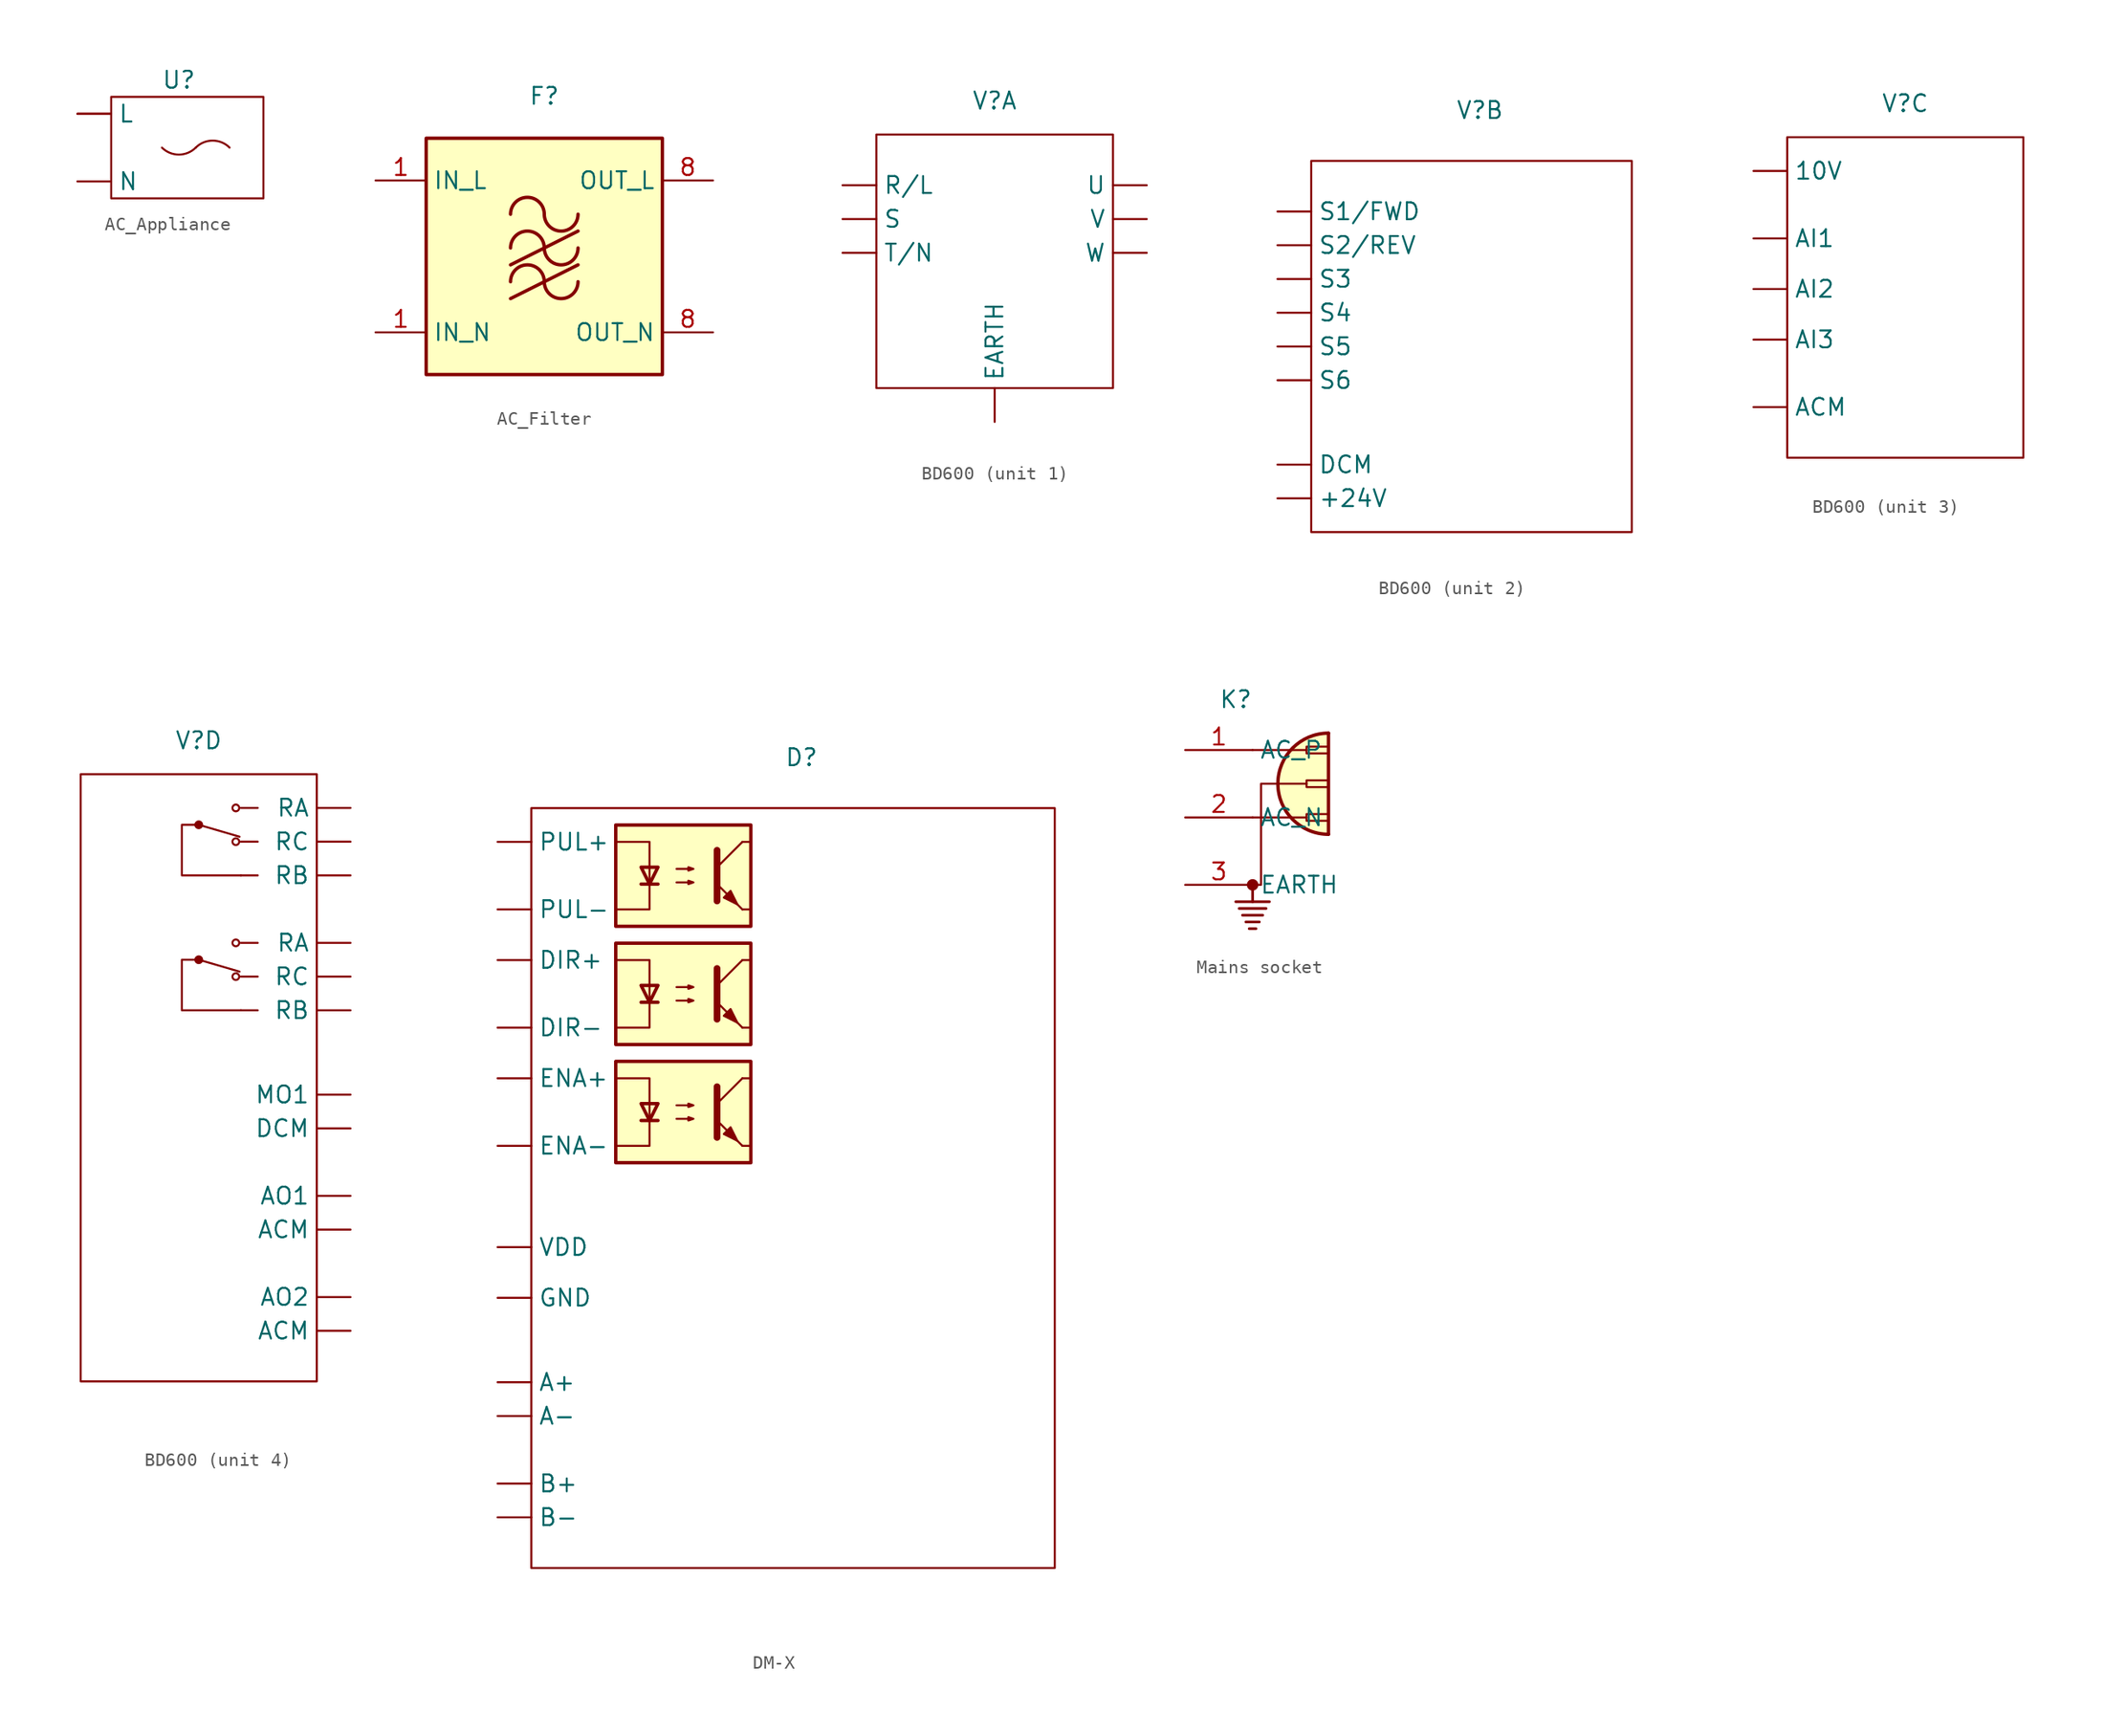
<source format=kicad_sym>
(kicad_symbol_lib
  (version 20231120)
  (generator "kicad_symbol_editor")
  (generator_version "8.0")
  (symbol "AC_Appliance"
    (property "Reference" "U"
      (at 0 0 0)
      (effects (font (size 1.27 1.27))))
    (property "Value" ""
      (at 0 0 0)
      (effects (font (size 1.27 1.27))))
    (symbol "AC_Appliance_0_1"
      (rectangle (start -5.08 -1.27) (end 6.35 -8.89) (stroke (width 0) (type default)) (fill (type none)))
      (arc (start -1.27 -5.08) (mid 0 -5.6061) (end 1.27 -5.08) (stroke (width 0) (type default)) (fill (type none)))
      (arc (start 3.81 -5.08) (mid 2.54 -4.5539) (end 1.27 -5.08) (stroke (width 0) (type default)) (fill (type none))))
    (symbol "AC_Appliance_1_1"
      (pin power_in line (at -7.62 -2.54 0) (length 2.54) (name "" (effects (font (size 1.27 1.27)))) (number "" (effects (font (size 1.27 1.27)))))
      (pin power_in line (at -7.62 -2.54 0) (length 2.54) (name "L" (effects (font (size 1.27 1.27)))) (number "" (effects (font (size 1.27 1.27)))))
      (pin power_in line (at -7.62 -7.62 0) (length 2.54) (name "N" (effects (font (size 1.27 1.27)))) (number "" (effects (font (size 1.27 1.27)))))))
  (symbol "AC_Filter"
    (property "Reference" "F"
      (at 0 0 0)
      (effects (font (size 1.27 1.27))))
    (property "Value" ""
      (at 0 0 0)
      (effects (font (size 1.27 1.27))))
    (symbol "AC_Filter_0_1"
      (rectangle (start -8.89 -3.175) (end 8.89 -20.955) (stroke (width 0.254) (type default)) (fill (type background)))
      (arc (start 0 -13.97) (mid -1.27 -12.7055) (end -2.54 -13.97) (stroke (width 0.254) (type default)) (fill (type none)))
      (arc (start 0 -13.97) (mid 1.27 -15.2345) (end 2.54 -13.97) (stroke (width 0.254) (type default)) (fill (type none)))
      (arc (start 0 -11.43) (mid -1.27 -10.1655) (end -2.54 -11.43) (stroke (width 0.254) (type default)) (fill (type none)))
      (arc (start 0 -11.43) (mid 1.27 -12.6945) (end 2.54 -11.43) (stroke (width 0.254) (type default)) (fill (type none)))
      (arc (start 0 -8.89) (mid -1.27 -7.6255) (end -2.54 -8.89) (stroke (width 0.254) (type default)) (fill (type none)))
      (arc (start 0 -8.89) (mid 1.27 -10.1545) (end 2.54 -8.89) (stroke (width 0.254) (type default)) (fill (type none)))
      (polyline (pts (xy -2.54 -15.24) (xy 2.54 -12.7)) (stroke (width 0.254) (type default)) (fill (type none)))
      (polyline (pts (xy -2.54 -12.7) (xy 2.54 -10.16)) (stroke (width 0.254) (type default)) (fill (type none))))
    (symbol "AC_Filter_1_1"
      (pin power_in line (at -12.7 -6.35 0) (length 3.81) (name "IN_L" (effects (font (size 1.27 1.27)))) (number "1" (effects (font (size 1.27 1.27)))))
      (pin power_in line (at -12.7 -17.78 0) (length 3.81) (name "IN_N" (effects (font (size 1.27 1.27)))) (number "1" (effects (font (size 1.27 1.27)))))
      (pin power_out line (at 12.7 -6.35 180) (length 3.81) (name "OUT_L" (effects (font (size 1.27 1.27)))) (number "8" (effects (font (size 1.27 1.27)))))
      (pin power_out line (at 12.7 -17.78 180) (length 3.81) (name "OUT_N" (effects (font (size 1.27 1.27)))) (number "8" (effects (font (size 1.27 1.27)))))))
  (symbol "BD600"
    (property "Reference" "V"
      (at 0 0 0)
      (effects (font (size 1.27 1.27))))
    (property "Value" ""
      (at 0 0 0)
      (effects (font (size 1.27 1.27))))
    (property "ki_locked" ""
      (at 0 0 0)
      (effects (font (size 1.27 1.27))))
    (symbol "BD600_1_1"
      (unit_name "Supply")
      (rectangle (start -8.89 -2.54) (end 8.89 -21.59) (stroke (width 0) (type default)) (fill (type none)))
      (pin unspecified line (at 0 -24.13 90) (length 2.54) (name "EARTH" (effects (font (size 1.27 1.27)))) (number "" (effects (font (size 1.27 1.27)))))
      (pin power_in line (at -11.43 -6.35 0) (length 2.54) (name "R/L" (effects (font (size 1.27 1.27)))) (number "" (effects (font (size 1.27 1.27)))))
      (pin power_in line (at -11.43 -8.89 0) (length 2.54) (name "S" (effects (font (size 1.27 1.27)))) (number "" (effects (font (size 1.27 1.27)))))
      (pin power_in line (at -11.43 -11.43 0) (length 2.54) (name "T/N" (effects (font (size 1.27 1.27)))) (number "" (effects (font (size 1.27 1.27)))))
      (pin power_out line (at 11.43 -6.35 180) (length 2.54) (name "U" (effects (font (size 1.27 1.27)))) (number "" (effects (font (size 1.27 1.27)))))
      (pin power_out line (at 11.43 -8.89 180) (length 2.54) (name "V" (effects (font (size 1.27 1.27)))) (number "" (effects (font (size 1.27 1.27)))))
      (pin power_out line (at 11.43 -11.43 180) (length 2.54) (name "W" (effects (font (size 1.27 1.27)))) (number "" (effects (font (size 1.27 1.27))))))
    (symbol "BD600_2_1"
      (unit_name "Control")
      (rectangle (start -12.7 -3.81) (end 11.43 -31.75) (stroke (width 0) (type default)) (fill (type none)))
      (pin power_out line (at -15.24 -29.21 0) (length 2.54) (name "+24V" (effects (font (size 1.27 1.27)))) (number "" (effects (font (size 1.27 1.27)))))
      (pin passive line (at -15.24 -26.67 0) (length 2.54) (name "DCM" (effects (font (size 1.27 1.27)))) (number "" (effects (font (size 1.27 1.27)))))
      (pin input line (at -15.24 -7.62 0) (length 2.54) (name "S1/FWD" (effects (font (size 1.27 1.27)))) (number "" (effects (font (size 1.27 1.27)))))
      (pin input line (at -15.24 -10.16 0) (length 2.54) (name "S2/REV" (effects (font (size 1.27 1.27)))) (number "" (effects (font (size 1.27 1.27)))))
      (pin input line (at -15.24 -12.7 0) (length 2.54) (name "S3" (effects (font (size 1.27 1.27)))) (number "" (effects (font (size 1.27 1.27)))))
      (pin input line (at -15.24 -15.24 0) (length 2.54) (name "S4" (effects (font (size 1.27 1.27)))) (number "" (effects (font (size 1.27 1.27)))))
      (pin input line (at -15.24 -17.78 0) (length 2.54) (name "S5" (effects (font (size 1.27 1.27)))) (number "" (effects (font (size 1.27 1.27)))))
      (pin input line (at -15.24 -20.32 0) (length 2.54) (name "S6" (effects (font (size 1.27 1.27)))) (number "" (effects (font (size 1.27 1.27))))))
    (symbol "BD600_3_1"
      (unit_name "Analog Inputs")
      (rectangle (start -8.89 -2.54) (end 8.89 -26.67) (stroke (width 0) (type default)) (fill (type none)))
      (pin power_out line (at -11.43 -5.08 0) (length 2.54) (name "10V" (effects (font (size 1.27 1.27)))) (number "" (effects (font (size 1.27 1.27)))))
      (pin power_out line (at -11.43 -22.86 0) (length 2.54) (name "ACM" (effects (font (size 1.27 1.27)))) (number "" (effects (font (size 1.27 1.27)))))
      (pin input line (at -11.43 -10.16 0) (length 2.54) (name "AI1" (effects (font (size 1.27 1.27)))) (number "" (effects (font (size 1.27 1.27)))))
      (pin input line (at -11.43 -13.97 0) (length 2.54) (name "AI2" (effects (font (size 1.27 1.27)))) (number "" (effects (font (size 1.27 1.27)))))
      (pin input line (at -11.43 -17.78 0) (length 2.54) (name "AI3" (effects (font (size 1.27 1.27)))) (number "" (effects (font (size 1.27 1.27))))))
    (symbol "BD600_4_1"
      (unit_name "Outputs")
      (rectangle (start -8.89 -2.54) (end 8.89 -48.26) (stroke (width 0) (type default)) (fill (type none)))
      (circle (center 0 -16.51) (radius 0.254) (stroke (width 0) (type default)) (fill (type outline)))
      (circle (center 0 -6.35) (radius 0.254) (stroke (width 0) (type default)) (fill (type outline)))
      (polyline (pts (xy 0 -16.51) (xy 3.075 -17.406)) (stroke (width 0) (type default)) (fill (type none)))
      (polyline (pts (xy 0 -6.35) (xy 3.075 -7.246)) (stroke (width 0) (type default)) (fill (type none)))
      (polyline (pts (xy 3.175 -15.24) (xy 4.445 -15.24)) (stroke (width 0) (type default)) (fill (type none)))
      (polyline (pts (xy 3.175 -5.08) (xy 4.445 -5.08)) (stroke (width 0) (type default)) (fill (type none)))
      (polyline (pts (xy 4.445 -20.32) (xy 3.175 -20.32)) (stroke (width 0) (type default)) (fill (type none)))
      (polyline (pts (xy 4.445 -17.78) (xy 3.175 -17.78)) (stroke (width 0) (type default)) (fill (type none)))
      (polyline (pts (xy 4.445 -10.16) (xy 3.175 -10.16)) (stroke (width 0) (type default)) (fill (type none)))
      (polyline (pts (xy 4.445 -7.62) (xy 3.175 -7.62)) (stroke (width 0) (type default)) (fill (type none)))
      (polyline (pts (xy 0 -16.51) (xy -1.27 -16.51) (xy -1.27 -20.32) (xy 3.175 -20.32)) (stroke (width 0) (type default)) (fill (type none)))
      (polyline (pts (xy 0 -6.35) (xy -1.27 -6.35) (xy -1.27 -10.16) (xy 3.175 -10.16)) (stroke (width 0) (type default)) (fill (type none)))
      (circle (center 2.794 -17.78) (radius 0.254) (stroke (width 0) (type default)) (fill (type none)))
      (circle (center 2.794 -15.24) (radius 0.254) (stroke (width 0) (type default)) (fill (type none)))
      (circle (center 2.794 -7.62) (radius 0.254) (stroke (width 0) (type default)) (fill (type none)))
      (circle (center 2.794 -5.08) (radius 0.254) (stroke (width 0) (type default)) (fill (type none)))
      (pin passive line (at 11.43 -44.45 180) (length 2.54) (name "ACM" (effects (font (size 1.27 1.27)))) (number "" (effects (font (size 1.27 1.27)))))
      (pin passive line (at 11.43 -36.83 180) (length 2.54) (name "ACM" (effects (font (size 1.27 1.27)))) (number "" (effects (font (size 1.27 1.27)))))
      (pin passive line (at 11.43 -34.29 180) (length 2.54) (name "AO1" (effects (font (size 1.27 1.27)))) (number "" (effects (font (size 1.27 1.27)))))
      (pin passive line (at 11.43 -41.91 180) (length 2.54) (name "AO2" (effects (font (size 1.27 1.27)))) (number "" (effects (font (size 1.27 1.27)))))
      (pin passive line (at 11.43 -29.21 180) (length 2.54) (name "DCM" (effects (font (size 1.27 1.27)))) (number "" (effects (font (size 1.27 1.27)))))
      (pin open_collector line (at 11.43 -26.67 180) (length 2.54) (name "MO1" (effects (font (size 1.27 1.27)))) (number "" (effects (font (size 1.27 1.27)))))
      (pin passive line (at 11.43 -15.24 180) (length 2.54) (name "RA" (effects (font (size 1.27 1.27)))) (number "" (effects (font (size 1.27 1.27)))))
      (pin passive line (at 11.43 -5.08 180) (length 2.54) (name "RA" (effects (font (size 1.27 1.27)))) (number "" (effects (font (size 1.27 1.27)))))
      (pin passive line (at 11.43 -20.32 180) (length 2.54) (name "RB" (effects (font (size 1.27 1.27)))) (number "" (effects (font (size 1.27 1.27)))))
      (pin passive line (at 11.43 -10.16 180) (length 2.54) (name "RB" (effects (font (size 1.27 1.27)))) (number "" (effects (font (size 1.27 1.27)))))
      (pin passive line (at 11.43 -17.78 180) (length 2.54) (name "RC" (effects (font (size 1.27 1.27)))) (number "" (effects (font (size 1.27 1.27)))))
      (pin passive line (at 11.43 -7.62 180) (length 2.54) (name "RC" (effects (font (size 1.27 1.27)))) (number "" (effects (font (size 1.27 1.27)))))))
  (symbol "DM-X"
    (property "Reference" "D"
      (at 0 0 0)
      (effects (font (size 1.27 1.27))))
    (property "Value" ""
      (at 0 0 0)
      (effects (font (size 1.27 1.27))))
    (symbol "DM-X_0_1"
      (rectangle (start -20.32 -3.81) (end 19.05 -60.96) (stroke (width 0) (type default)) (fill (type none)))
      (rectangle (start -13.97 -22.86) (end -3.81 -30.48) (stroke (width 0.254) (type default)) (fill (type background)))
      (rectangle (start -13.97 -13.97) (end -3.81 -21.59) (stroke (width 0.254) (type default)) (fill (type background)))
      (rectangle (start -13.97 -5.08) (end -3.81 -12.7) (stroke (width 0.254) (type default)) (fill (type background)))
      (polyline (pts (xy -12.065 -27.305) (xy -10.795 -27.305)) (stroke (width 0.254) (type default)) (fill (type none)))
      (polyline (pts (xy -12.065 -18.415) (xy -10.795 -18.415)) (stroke (width 0.254) (type default)) (fill (type none)))
      (polyline (pts (xy -12.065 -9.525) (xy -10.795 -9.525)) (stroke (width 0.254) (type default)) (fill (type none)))
      (polyline (pts (xy -6.35 -26.035) (xy -4.445 -24.13)) (stroke (width 0) (type default)) (fill (type none)))
      (polyline (pts (xy -6.35 -17.145) (xy -4.445 -15.24)) (stroke (width 0) (type default)) (fill (type none)))
      (polyline (pts (xy -6.35 -8.255) (xy -4.445 -6.35)) (stroke (width 0) (type default)) (fill (type none)))
      (polyline (pts (xy -4.445 -29.21) (xy -6.35 -27.305)) (stroke (width 0) (type default)) (fill (type outline)))
      (polyline (pts (xy -4.445 -29.21) (xy -3.81 -29.21)) (stroke (width 0) (type default)) (fill (type none)))
      (polyline (pts (xy -4.445 -24.13) (xy -3.81 -24.13)) (stroke (width 0) (type default)) (fill (type none)))
      (polyline (pts (xy -4.445 -20.32) (xy -6.35 -18.415)) (stroke (width 0) (type default)) (fill (type outline)))
      (polyline (pts (xy -4.445 -20.32) (xy -3.81 -20.32)) (stroke (width 0) (type default)) (fill (type none)))
      (polyline (pts (xy -4.445 -15.24) (xy -3.81 -15.24)) (stroke (width 0) (type default)) (fill (type none)))
      (polyline (pts (xy -4.445 -11.43) (xy -6.35 -9.525)) (stroke (width 0) (type default)) (fill (type outline)))
      (polyline (pts (xy -4.445 -11.43) (xy -3.81 -11.43)) (stroke (width 0) (type default)) (fill (type none)))
      (polyline (pts (xy -4.445 -6.35) (xy -3.81 -6.35)) (stroke (width 0) (type default)) (fill (type none)))
      (polyline (pts (xy -13.97 -24.13) (xy -11.43 -24.13) (xy -11.43 -27.305)) (stroke (width 0) (type default)) (fill (type none)))
      (polyline (pts (xy -13.97 -15.24) (xy -11.43 -15.24) (xy -11.43 -18.415)) (stroke (width 0) (type default)) (fill (type none)))
      (polyline (pts (xy -13.97 -6.35) (xy -11.43 -6.35) (xy -11.43 -9.525)) (stroke (width 0) (type default)) (fill (type none)))
      (polyline (pts (xy -11.43 -27.305) (xy -11.43 -29.21) (xy -13.97 -29.21)) (stroke (width 0) (type default)) (fill (type none)))
      (polyline (pts (xy -11.43 -18.415) (xy -11.43 -20.32) (xy -13.97 -20.32)) (stroke (width 0) (type default)) (fill (type none)))
      (polyline (pts (xy -11.43 -9.525) (xy -11.43 -11.43) (xy -13.97 -11.43)) (stroke (width 0) (type default)) (fill (type none)))
      (polyline (pts (xy -6.35 -24.765) (xy -6.35 -28.575) (xy -6.35 -28.575)) (stroke (width 0.508) (type default)) (fill (type none)))
      (polyline (pts (xy -6.35 -15.875) (xy -6.35 -19.685) (xy -6.35 -19.685)) (stroke (width 0.508) (type default)) (fill (type none)))
      (polyline (pts (xy -6.35 -6.985) (xy -6.35 -10.795) (xy -6.35 -10.795)) (stroke (width 0.508) (type default)) (fill (type none)))
      (polyline (pts (xy -11.43 -27.305) (xy -12.065 -26.035) (xy -10.795 -26.035) (xy -11.43 -27.305)) (stroke (width 0.254) (type default)) (fill (type none)))
      (polyline (pts (xy -11.43 -18.415) (xy -12.065 -17.145) (xy -10.795 -17.145) (xy -11.43 -18.415)) (stroke (width 0.254) (type default)) (fill (type none)))
      (polyline (pts (xy -11.43 -9.525) (xy -12.065 -8.255) (xy -10.795 -8.255) (xy -11.43 -9.525)) (stroke (width 0.254) (type default)) (fill (type none)))
      (polyline (pts (xy -9.398 -27.178) (xy -8.128 -27.178) (xy -8.509 -27.305) (xy -8.509 -27.051) (xy -8.128 -27.178)) (stroke (width 0) (type default)) (fill (type none)))
      (polyline (pts (xy -9.398 -26.162) (xy -8.128 -26.162) (xy -8.509 -26.289) (xy -8.509 -26.035) (xy -8.128 -26.162)) (stroke (width 0) (type default)) (fill (type none)))
      (polyline (pts (xy -9.398 -18.288) (xy -8.128 -18.288) (xy -8.509 -18.415) (xy -8.509 -18.161) (xy -8.128 -18.288)) (stroke (width 0) (type default)) (fill (type none)))
      (polyline (pts (xy -9.398 -17.272) (xy -8.128 -17.272) (xy -8.509 -17.399) (xy -8.509 -17.145) (xy -8.128 -17.272)) (stroke (width 0) (type default)) (fill (type none)))
      (polyline (pts (xy -9.398 -9.398) (xy -8.128 -9.398) (xy -8.509 -9.525) (xy -8.509 -9.271) (xy -8.128 -9.398)) (stroke (width 0) (type default)) (fill (type none)))
      (polyline (pts (xy -9.398 -8.382) (xy -8.128 -8.382) (xy -8.509 -8.509) (xy -8.509 -8.255) (xy -8.128 -8.382)) (stroke (width 0) (type default)) (fill (type none)))
      (polyline (pts (xy -5.842 -28.321) (xy -5.334 -27.813) (xy -4.826 -28.829) (xy -5.842 -28.321) (xy -5.842 -28.321)) (stroke (width 0) (type default)) (fill (type outline)))
      (polyline (pts (xy -5.842 -19.431) (xy -5.334 -18.923) (xy -4.826 -19.939) (xy -5.842 -19.431) (xy -5.842 -19.431)) (stroke (width 0) (type default)) (fill (type outline)))
      (polyline (pts (xy -5.842 -10.541) (xy -5.334 -10.033) (xy -4.826 -11.049) (xy -5.842 -10.541) (xy -5.842 -10.541)) (stroke (width 0) (type default)) (fill (type outline))))
    (symbol "DM-X_1_1"
      (pin output line (at -22.86 -46.99 0) (length 2.54) (name "A+" (effects (font (size 1.27 1.27)))) (number "" (effects (font (size 1.27 1.27)))))
      (pin output line (at -22.86 -49.53 0) (length 2.54) (name "A-" (effects (font (size 1.27 1.27)))) (number "" (effects (font (size 1.27 1.27)))))
      (pin output line (at -22.86 -54.61 0) (length 2.54) (name "B+" (effects (font (size 1.27 1.27)))) (number "" (effects (font (size 1.27 1.27)))))
      (pin output line (at -22.86 -57.15 0) (length 2.54) (name "B-" (effects (font (size 1.27 1.27)))) (number "" (effects (font (size 1.27 1.27)))))
      (pin input line (at -22.86 -15.24 0) (length 2.54) (name "DIR+" (effects (font (size 1.27 1.27)))) (number "" (effects (font (size 1.27 1.27)))))
      (pin input line (at -22.86 -20.32 0) (length 2.54) (name "DIR-" (effects (font (size 1.27 1.27)))) (number "" (effects (font (size 1.27 1.27)))))
      (pin input line (at -22.86 -24.13 0) (length 2.54) (name "ENA+" (effects (font (size 1.27 1.27)))) (number "" (effects (font (size 1.27 1.27)))))
      (pin input line (at -22.86 -29.21 0) (length 2.54) (name "ENA-" (effects (font (size 1.27 1.27)))) (number "" (effects (font (size 1.27 1.27)))))
      (pin power_in line (at -22.86 -40.64 0) (length 2.54) (name "GND" (effects (font (size 1.27 1.27)))) (number "" (effects (font (size 1.27 1.27)))))
      (pin input line (at -22.86 -6.35 0) (length 2.54) (name "PUL+" (effects (font (size 1.27 1.27)))) (number "" (effects (font (size 1.27 1.27)))))
      (pin input line (at -22.86 -11.43 0) (length 2.54) (name "PUL-" (effects (font (size 1.27 1.27)))) (number "" (effects (font (size 1.27 1.27)))))
      (pin power_in line (at -22.86 -36.83 0) (length 2.54) (name "VDD" (effects (font (size 1.27 1.27)))) (number "" (effects (font (size 1.27 1.27)))))))
  (symbol "Mains socket"
    (property "Reference" "K"
      (at 0 0 0)
      (effects (font (size 1.27 1.27))))
    (property "Value" ""
      (at 0 0 0)
      (effects (font (size 1.27 1.27))))
    (symbol "Mains socket_0_1"
      (polyline (pts (xy 0 -15.24) (xy 2.54 -15.24)) (stroke (width 0.203) (type default)) (fill (type none)))
      (polyline (pts (xy 1.27 -13.97) (xy 1.27 -15.24)) (stroke (width 0.203) (type default)) (fill (type none)))
      (polyline (pts (xy 1.524 -17.272) (xy 1.016 -17.272)) (stroke (width 0.203) (type default)) (fill (type none)))
      (polyline (pts (xy 1.778 -16.764) (xy 0.762 -16.764)) (stroke (width 0.203) (type default)) (fill (type none)))
      (polyline (pts (xy 2.032 -16.256) (xy 0.508 -16.256)) (stroke (width 0.203) (type default)) (fill (type none)))
      (polyline (pts (xy 2.286 -15.748) (xy 0.254 -15.748)) (stroke (width 0.203) (type default)) (fill (type none)))
      (polyline (pts (xy 5.334 -8.89) (xy 1.27 -8.89)) (stroke (width 0) (type default)) (fill (type none)))
      (polyline (pts (xy 5.334 -3.81) (xy 1.27 -3.81)) (stroke (width 0) (type default)) (fill (type none)))
      (polyline (pts (xy 6.985 -10.16) (xy 6.985 -2.54)) (stroke (width 0.254) (type default)) (fill (type none)))
      (polyline (pts (xy 1.27 -13.97) (xy 1.905 -13.97) (xy 1.905 -6.35) (xy 5.334 -6.35)) (stroke (width 0) (type default)) (fill (type none)))
      (circle (center 1.27 -13.97) (radius 0.356) (stroke (width 0) (type default)) (fill (type outline)))
      (rectangle (start 6.985 -9.144) (end 5.334 -8.636) (stroke (width 0) (type default)) (fill (type none)))
      (rectangle (start 6.985 -6.604) (end 5.334 -6.096) (stroke (width 0) (type default)) (fill (type none)))
      (rectangle (start 6.985 -4.064) (end 5.334 -3.556) (stroke (width 0) (type default)) (fill (type none)))
      (arc (start 6.985 -2.54) (mid 3.1916 -6.35) (end 6.985 -10.16) (stroke (width 0.254) (type default)) (fill (type background))))
    (symbol "Mains socket_1_1"
      (pin power_out line (at -3.81 -3.81 0) (length 5.08) (name "AC_P" (effects (font (size 1.27 1.27)))) (number "1" (effects (font (size 1.27 1.27)))))
      (pin power_out line (at -3.81 -8.89 0) (length 5.08) (name "AC_N" (effects (font (size 1.27 1.27)))) (number "2" (effects (font (size 1.27 1.27)))))
      (pin passive line (at -3.81 -13.97 0) (length 5.08) (name "EARTH" (effects (font (size 1.27 1.27)))) (number "3" (effects (font (size 1.27 1.27))))))))
</source>
